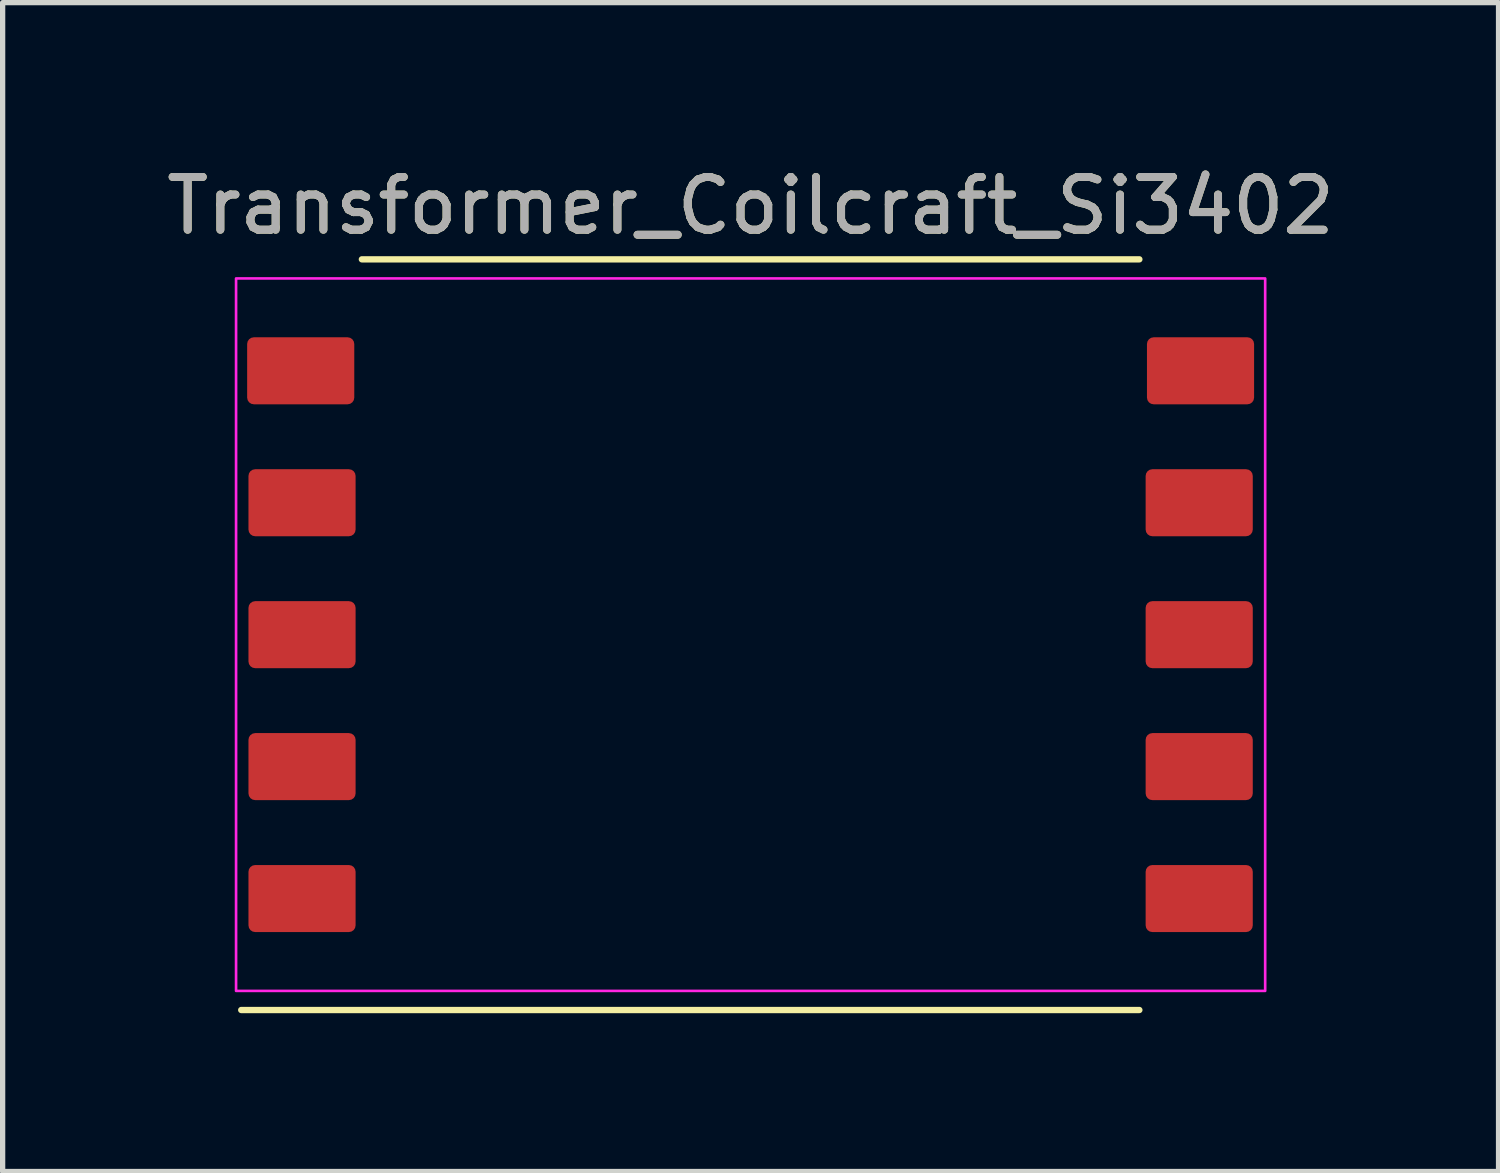
<source format=kicad_pcb>
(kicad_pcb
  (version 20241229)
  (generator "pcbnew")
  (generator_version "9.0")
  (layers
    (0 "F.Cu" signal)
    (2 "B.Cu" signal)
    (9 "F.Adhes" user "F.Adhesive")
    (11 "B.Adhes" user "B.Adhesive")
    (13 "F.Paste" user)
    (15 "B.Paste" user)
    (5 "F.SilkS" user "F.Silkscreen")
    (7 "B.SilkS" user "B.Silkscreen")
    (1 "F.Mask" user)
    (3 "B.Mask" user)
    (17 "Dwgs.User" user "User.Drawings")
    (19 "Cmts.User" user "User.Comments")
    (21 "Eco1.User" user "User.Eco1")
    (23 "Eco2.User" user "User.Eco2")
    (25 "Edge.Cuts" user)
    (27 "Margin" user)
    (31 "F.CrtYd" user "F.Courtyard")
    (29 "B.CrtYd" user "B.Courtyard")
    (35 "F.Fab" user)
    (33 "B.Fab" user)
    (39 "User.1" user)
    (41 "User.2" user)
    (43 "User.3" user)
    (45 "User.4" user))
  (footprint "Transformer_Coilcraft_Si3402"
    (layer "F.Cu")
    (at 11.173 8.976)
    (property "Reference" "Transformer_Coilcraft_Si3402" (at 0 -8.128 0) (unlocked yes) (layer "F.SilkS") (effects (font (size 1 1) (thickness 0.15))))
    (attr smd)
    (fp_line (start -9.652 7.112) (end 7.366 7.112) (stroke (width 0.12) (type solid)) (layer "F.SilkS"))
    (fp_line (start -7.366 -7.112) (end 7.366 -7.112) (stroke (width 0.12) (type solid)) (layer "F.SilkS"))
    (fp_rect (start -9.75 -6.75) (end 9.75 6.75) (stroke (width 0.05) (type solid)) (fill no) (layer "F.CrtYd"))
    (fp_text user "${REFERENCE}" (at 0 -8.128 0) (unlocked yes) (layer "F.Fab") (effects (font (size 1 1) (thickness 0.15))))
    (pad "1" smd roundrect (at -8.5 5) (size 2.03 1.27) (layers "F.Cu" "F.Mask" "F.Paste") (roundrect_rratio 0.1))
    (pad "2" smd roundrect (at -8.5 2.5) (size 2.03 1.27) (layers "F.Cu" "F.Mask" "F.Paste") (roundrect_rratio 0.1))
    (pad "3" smd roundrect (at -8.5 0) (size 2.03 1.27) (layers "F.Cu" "F.Mask" "F.Paste") (roundrect_rratio 0.1))
    (pad "4" smd roundrect (at -8.5 -2.5) (size 2.03 1.27) (layers "F.Cu" "F.Mask" "F.Paste") (roundrect_rratio 0.1))
    (pad "5" smd roundrect (at -8.525 -5) (size 2.03 1.27) (layers "F.Cu" "F.Mask" "F.Paste") (roundrect_rratio 0.1))
    (pad "6" smd roundrect (at 8.525 -5) (size 2.03 1.27) (layers "F.Cu" "F.Mask" "F.Paste") (roundrect_rratio 0.1))
    (pad "7" smd roundrect (at 8.5 -2.5) (size 2.03 1.27) (layers "F.Cu" "F.Mask" "F.Paste") (roundrect_rratio 0.1))
    (pad "8" smd roundrect (at 8.5 0) (size 2.03 1.27) (layers "F.Cu" "F.Mask" "F.Paste") (roundrect_rratio 0.1))
    (pad "9" smd roundrect (at 8.5 2.5) (size 2.03 1.27) (layers "F.Cu" "F.Mask" "F.Paste") (roundrect_rratio 0.1))
    (pad "10" smd roundrect (at 8.5 5) (size 2.03 1.27) (layers "F.Cu" "F.Mask" "F.Paste") (roundrect_rratio 0.1)))
  (gr_rect
    (start -3 -3)
    (end 25.345 19.148)
    (stroke (width 0.1) (type default))
    (fill no)
    (layer "Edge.Cuts")))
</source>
